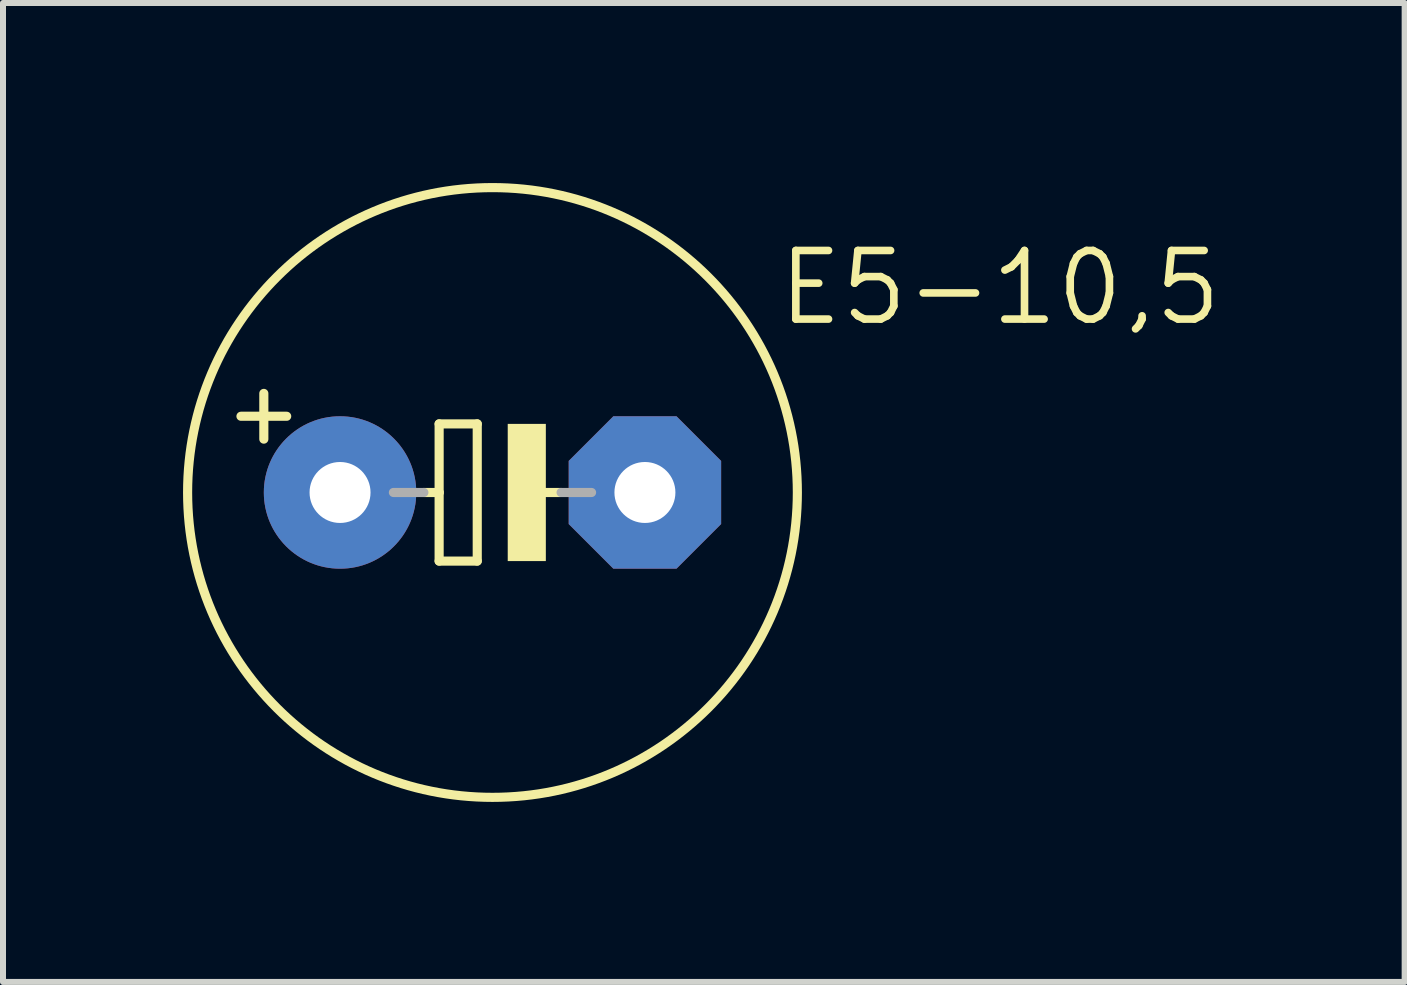
<source format=kicad_pcb>
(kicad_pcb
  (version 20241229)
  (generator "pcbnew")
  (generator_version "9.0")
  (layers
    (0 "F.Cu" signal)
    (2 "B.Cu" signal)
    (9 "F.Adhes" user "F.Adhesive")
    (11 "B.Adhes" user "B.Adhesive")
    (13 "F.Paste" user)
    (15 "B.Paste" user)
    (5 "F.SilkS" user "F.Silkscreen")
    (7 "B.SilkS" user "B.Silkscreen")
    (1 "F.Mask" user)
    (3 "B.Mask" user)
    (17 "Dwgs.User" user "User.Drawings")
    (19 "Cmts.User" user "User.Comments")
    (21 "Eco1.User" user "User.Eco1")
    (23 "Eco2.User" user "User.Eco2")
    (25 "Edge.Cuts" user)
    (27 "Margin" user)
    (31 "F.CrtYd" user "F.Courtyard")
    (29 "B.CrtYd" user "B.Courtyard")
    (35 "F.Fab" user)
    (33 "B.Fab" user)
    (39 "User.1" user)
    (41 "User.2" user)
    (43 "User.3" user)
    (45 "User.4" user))
  (footprint "E5-10,5"
    (layer "F.Cu")
    (at 5.156 5.156)
    (property "Reference" "E5-10,5" (at 4.699 -2.743 0) (layer "F.SilkS") (effects (font (size 1.143 1.143) (thickness 0.127)) (justify left bottom)))
    (fp_line (start -3.81 -1.651) (end -3.81 -0.889) (stroke (width 0.152) (type solid)) (layer "F.SilkS"))
    (fp_line (start -3.429 -1.27) (end -4.191 -1.27) (stroke (width 0.152) (type solid)) (layer "F.SilkS"))
    (fp_line (start -1.143 0) (end -0.889 0) (stroke (width 0.152) (type solid)) (layer "F.SilkS"))
    (fp_line (start -0.889 -1.143) (end -0.889 0) (stroke (width 0.152) (type solid)) (layer "F.SilkS"))
    (fp_line (start -0.889 0) (end -0.889 1.143) (stroke (width 0.152) (type solid)) (layer "F.SilkS"))
    (fp_line (start -0.889 1.143) (end -0.254 1.143) (stroke (width 0.152) (type solid)) (layer "F.SilkS"))
    (fp_line (start -0.254 -1.143) (end -0.889 -1.143) (stroke (width 0.152) (type solid)) (layer "F.SilkS"))
    (fp_line (start -0.254 1.143) (end -0.254 -1.143) (stroke (width 0.152) (type solid)) (layer "F.SilkS"))
    (fp_line (start 0.635 0) (end 1.143 0) (stroke (width 0.152) (type solid)) (layer "F.SilkS"))
    (fp_circle (center 0 0) (end 5.08 0) (stroke (width 0.152) (type solid)) (fill no) (layer "F.SilkS"))
    (fp_poly (pts (xy 0.254 1.143) (xy 0.889 1.143) (xy 0.889 -1.143) (xy 0.254 -1.143)) (stroke (width 0) (type solid)) (fill yes) (layer "F.SilkS"))
    (fp_line (start -1.651 0) (end -1.143 0) (stroke (width 0.152) (type solid)) (layer "F.Fab"))
    (fp_line (start 1.143 0) (end 1.651 0) (stroke (width 0.152) (type solid)) (layer "F.Fab"))
    (pad "+" thru_hole circle (at -2.54 0) (size 2.54 2.54) (drill 1.016) (layers "*.Cu" "*.Mask"))
    (pad "-" thru_hole roundrect (at 2.54 0) (size 2.54 2.54) (drill 1.016) (layers "*.Cu" "*.Mask") (roundrect_rratio 0.25) (chamfer_ratio 0.293) (chamfer top_left top_right bottom_left bottom_right)))
  (gr_rect
    (start -3 -3)
    (end 20.355 13.312)
    (stroke (width 0.1) (type default))
    (fill no)
    (layer "Edge.Cuts")))
</source>
